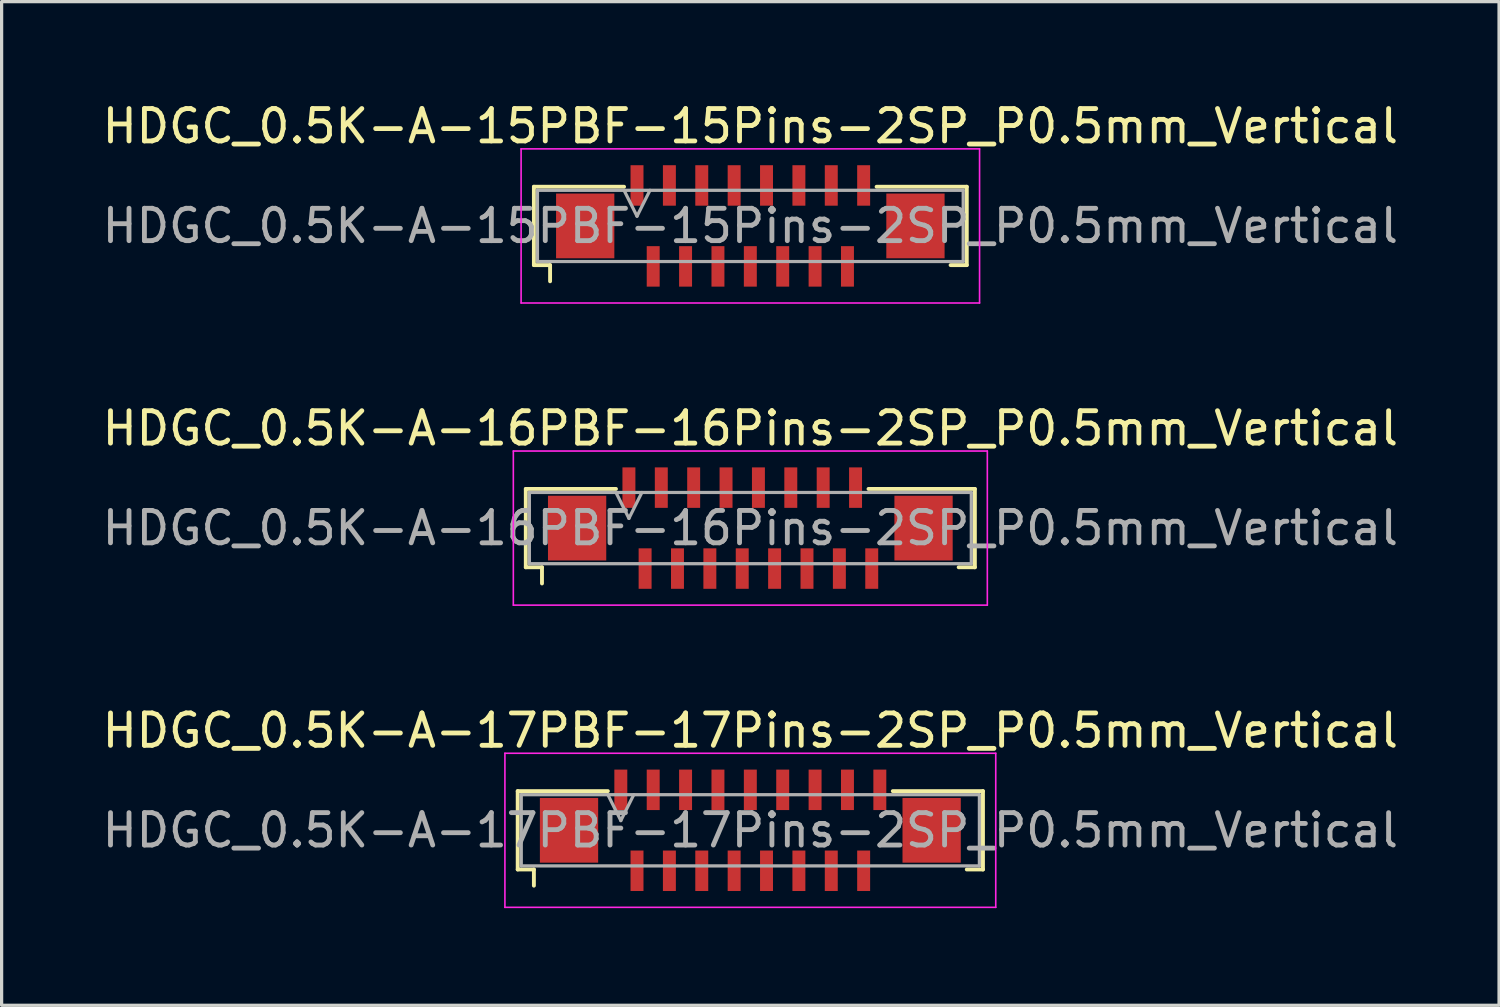
<source format=kicad_pcb>
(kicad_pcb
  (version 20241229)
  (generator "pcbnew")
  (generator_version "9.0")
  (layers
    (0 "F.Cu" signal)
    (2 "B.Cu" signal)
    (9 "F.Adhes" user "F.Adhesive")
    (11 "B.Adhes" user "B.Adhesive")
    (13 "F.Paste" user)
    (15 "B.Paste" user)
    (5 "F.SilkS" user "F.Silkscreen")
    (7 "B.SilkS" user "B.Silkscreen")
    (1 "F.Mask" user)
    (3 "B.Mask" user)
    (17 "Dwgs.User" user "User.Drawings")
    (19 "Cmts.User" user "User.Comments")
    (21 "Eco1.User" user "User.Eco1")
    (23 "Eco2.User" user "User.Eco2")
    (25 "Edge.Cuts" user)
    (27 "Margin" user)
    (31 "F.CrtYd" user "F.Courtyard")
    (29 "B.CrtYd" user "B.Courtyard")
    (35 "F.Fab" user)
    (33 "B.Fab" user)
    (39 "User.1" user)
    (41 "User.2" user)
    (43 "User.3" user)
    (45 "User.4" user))
  (footprint "HDGC_0.5K-A-17PBF-17Pins-2SP_P0.5mm_Vertical"
    (layer "F.Cu")
    (at 20.125 22.595)
    (property "Reference" "HDGC_0.5K-A-17PBF-17Pins-2SP_P0.5mm_Vertical" (at 0 -3.08 0) (layer "F.SilkS") (effects (font (size 1 1) (thickness 0.15))))
    (attr smd)
    (fp_line (start -7.185 -1.21) (end -4.4 -1.21) (stroke (width 0.12) (type solid)) (layer "F.SilkS"))
    (fp_line (start -7.185 1.21) (end -7.185 -1.21) (stroke (width 0.12) (type solid)) (layer "F.SilkS"))
    (fp_line (start -6.685 1.21) (end -7.185 1.21) (stroke (width 0.12) (type solid)) (layer "F.SilkS"))
    (fp_line (start -6.685 1.71) (end -6.685 1.21) (stroke (width 0.12) (type solid)) (layer "F.SilkS"))
    (fp_line (start 6.685 1.21) (end 7.185 1.21) (stroke (width 0.12) (type solid)) (layer "F.SilkS"))
    (fp_line (start 7.185 -1.21) (end 4.4 -1.21) (stroke (width 0.12) (type solid)) (layer "F.SilkS"))
    (fp_line (start 7.185 1.21) (end 7.185 -1.21) (stroke (width 0.12) (type solid)) (layer "F.SilkS"))
    (fp_line (start -7.58 -2.38) (end 7.58 -2.38) (stroke (width 0.05) (type solid)) (layer "F.CrtYd"))
    (fp_line (start -7.58 2.38) (end -7.58 -2.38) (stroke (width 0.05) (type solid)) (layer "F.CrtYd"))
    (fp_line (start 7.58 -2.38) (end 7.58 2.38) (stroke (width 0.05) (type solid)) (layer "F.CrtYd"))
    (fp_line (start 7.58 2.38) (end -7.58 2.38) (stroke (width 0.05) (type solid)) (layer "F.CrtYd"))
    (fp_line (start -7.075 -1.1) (end -7.075 1.1) (stroke (width 0.1) (type solid)) (layer "F.Fab"))
    (fp_line (start -7.075 1.1) (end 7.075 1.1) (stroke (width 0.1) (type solid)) (layer "F.Fab"))
    (fp_line (start -4.4 -1.1) (end -4 -0.3) (stroke (width 0.1) (type solid)) (layer "F.Fab"))
    (fp_line (start -4 -0.3) (end -3.6 -1.1) (stroke (width 0.1) (type solid)) (layer "F.Fab"))
    (fp_line (start 7.075 -1.1) (end -7.075 -1.1) (stroke (width 0.1) (type solid)) (layer "F.Fab"))
    (fp_line (start 7.075 1.1) (end 7.075 -1.1) (stroke (width 0.1) (type solid)) (layer "F.Fab"))
    (fp_text user "${REFERENCE}" (at 0 0 0) (layer "F.Fab") (effects (font (size 1 1) (thickness 0.15))))
    (pad "1" smd rect (at -4 -1.25) (size 0.4 1.25) (layers "F.Cu" "F.Mask" "F.Paste"))
    (pad "2" smd rect (at -3.5 1.25) (size 0.4 1.25) (layers "F.Cu" "F.Mask" "F.Paste"))
    (pad "3" smd rect (at -3 -1.25) (size 0.4 1.25) (layers "F.Cu" "F.Mask" "F.Paste"))
    (pad "4" smd rect (at -2.5 1.25) (size 0.4 1.25) (layers "F.Cu" "F.Mask" "F.Paste"))
    (pad "5" smd rect (at -2 -1.25) (size 0.4 1.25) (layers "F.Cu" "F.Mask" "F.Paste"))
    (pad "6" smd rect (at -1.5 1.25) (size 0.4 1.25) (layers "F.Cu" "F.Mask" "F.Paste"))
    (pad "7" smd rect (at -1 -1.25) (size 0.4 1.25) (layers "F.Cu" "F.Mask" "F.Paste"))
    (pad "8" smd rect (at -0.5 1.25) (size 0.4 1.25) (layers "F.Cu" "F.Mask" "F.Paste"))
    (pad "9" smd rect (at 0 -1.25) (size 0.4 1.25) (layers "F.Cu" "F.Mask" "F.Paste"))
    (pad "10" smd rect (at 0.5 1.25) (size 0.4 1.25) (layers "F.Cu" "F.Mask" "F.Paste"))
    (pad "11" smd rect (at 1 -1.25) (size 0.4 1.25) (layers "F.Cu" "F.Mask" "F.Paste"))
    (pad "12" smd rect (at 1.5 1.25) (size 0.4 1.25) (layers "F.Cu" "F.Mask" "F.Paste"))
    (pad "13" smd rect (at 2 -1.25) (size 0.4 1.25) (layers "F.Cu" "F.Mask" "F.Paste"))
    (pad "14" smd rect (at 2.5 1.25) (size 0.4 1.25) (layers "F.Cu" "F.Mask" "F.Paste"))
    (pad "15" smd rect (at 3 -1.25) (size 0.4 1.25) (layers "F.Cu" "F.Mask" "F.Paste"))
    (pad "16" smd rect (at 3.5 1.25) (size 0.4 1.25) (layers "F.Cu" "F.Mask" "F.Paste"))
    (pad "17" smd rect (at 4 -1.25) (size 0.4 1.25) (layers "F.Cu" "F.Mask" "F.Paste"))
    (pad "MP" smd rect (at -5.6 0) (size 1.8 2) (layers "F.Cu" "F.Mask" "F.Paste"))
    (pad "MP" smd rect (at 5.6 0) (size 1.8 2) (layers "F.Cu" "F.Mask" "F.Paste")))
  (footprint "HDGC_0.5K-A-15PBF-15Pins-2SP_P0.5mm_Vertical"
    (layer "F.Cu")
    (at 20.125 3.928)
    (property "Reference" "HDGC_0.5K-A-15PBF-15Pins-2SP_P0.5mm_Vertical" (at 0 -3.08 0) (layer "F.SilkS") (effects (font (size 1 1) (thickness 0.15))))
    (attr smd)
    (fp_line (start -6.685 -1.21) (end -3.9 -1.21) (stroke (width 0.12) (type solid)) (layer "F.SilkS"))
    (fp_line (start -6.685 1.21) (end -6.685 -1.21) (stroke (width 0.12) (type solid)) (layer "F.SilkS"))
    (fp_line (start -6.185 1.21) (end -6.685 1.21) (stroke (width 0.12) (type solid)) (layer "F.SilkS"))
    (fp_line (start -6.185 1.71) (end -6.185 1.21) (stroke (width 0.12) (type solid)) (layer "F.SilkS"))
    (fp_line (start 6.185 1.21) (end 6.685 1.21) (stroke (width 0.12) (type solid)) (layer "F.SilkS"))
    (fp_line (start 6.685 -1.21) (end 3.9 -1.21) (stroke (width 0.12) (type solid)) (layer "F.SilkS"))
    (fp_line (start 6.685 1.21) (end 6.685 -1.21) (stroke (width 0.12) (type solid)) (layer "F.SilkS"))
    (fp_line (start -7.08 -2.38) (end 7.08 -2.38) (stroke (width 0.05) (type solid)) (layer "F.CrtYd"))
    (fp_line (start -7.08 2.38) (end -7.08 -2.38) (stroke (width 0.05) (type solid)) (layer "F.CrtYd"))
    (fp_line (start 7.08 -2.38) (end 7.08 2.38) (stroke (width 0.05) (type solid)) (layer "F.CrtYd"))
    (fp_line (start 7.08 2.38) (end -7.08 2.38) (stroke (width 0.05) (type solid)) (layer "F.CrtYd"))
    (fp_line (start -6.575 -1.1) (end -6.575 1.1) (stroke (width 0.1) (type solid)) (layer "F.Fab"))
    (fp_line (start -6.575 1.1) (end 6.575 1.1) (stroke (width 0.1) (type solid)) (layer "F.Fab"))
    (fp_line (start -3.9 -1.1) (end -3.5 -0.3) (stroke (width 0.1) (type solid)) (layer "F.Fab"))
    (fp_line (start -3.5 -0.3) (end -3.1 -1.1) (stroke (width 0.1) (type solid)) (layer "F.Fab"))
    (fp_line (start 6.575 -1.1) (end -6.575 -1.1) (stroke (width 0.1) (type solid)) (layer "F.Fab"))
    (fp_line (start 6.575 1.1) (end 6.575 -1.1) (stroke (width 0.1) (type solid)) (layer "F.Fab"))
    (fp_text user "${REFERENCE}" (at 0 0 0) (layer "F.Fab") (effects (font (size 1 1) (thickness 0.15))))
    (pad "1" smd rect (at -3.5 -1.25) (size 0.4 1.25) (layers "F.Cu" "F.Mask" "F.Paste"))
    (pad "2" smd rect (at -3 1.25) (size 0.4 1.25) (layers "F.Cu" "F.Mask" "F.Paste"))
    (pad "3" smd rect (at -2.5 -1.25) (size 0.4 1.25) (layers "F.Cu" "F.Mask" "F.Paste"))
    (pad "4" smd rect (at -2 1.25) (size 0.4 1.25) (layers "F.Cu" "F.Mask" "F.Paste"))
    (pad "5" smd rect (at -1.5 -1.25) (size 0.4 1.25) (layers "F.Cu" "F.Mask" "F.Paste"))
    (pad "6" smd rect (at -1 1.25) (size 0.4 1.25) (layers "F.Cu" "F.Mask" "F.Paste"))
    (pad "7" smd rect (at -0.5 -1.25) (size 0.4 1.25) (layers "F.Cu" "F.Mask" "F.Paste"))
    (pad "8" smd rect (at 0 1.25) (size 0.4 1.25) (layers "F.Cu" "F.Mask" "F.Paste"))
    (pad "9" smd rect (at 0.5 -1.25) (size 0.4 1.25) (layers "F.Cu" "F.Mask" "F.Paste"))
    (pad "10" smd rect (at 1 1.25) (size 0.4 1.25) (layers "F.Cu" "F.Mask" "F.Paste"))
    (pad "11" smd rect (at 1.5 -1.25) (size 0.4 1.25) (layers "F.Cu" "F.Mask" "F.Paste"))
    (pad "12" smd rect (at 2 1.25) (size 0.4 1.25) (layers "F.Cu" "F.Mask" "F.Paste"))
    (pad "13" smd rect (at 2.5 -1.25) (size 0.4 1.25) (layers "F.Cu" "F.Mask" "F.Paste"))
    (pad "14" smd rect (at 3 1.25) (size 0.4 1.25) (layers "F.Cu" "F.Mask" "F.Paste"))
    (pad "15" smd rect (at 3.5 -1.25) (size 0.4 1.25) (layers "F.Cu" "F.Mask" "F.Paste"))
    (pad "MP" smd rect (at -5.1 0) (size 1.8 2) (layers "F.Cu" "F.Mask" "F.Paste"))
    (pad "MP" smd rect (at 5.1 0) (size 1.8 2) (layers "F.Cu" "F.Mask" "F.Paste")))
  (footprint "HDGC_0.5K-A-16PBF-16Pins-2SP_P0.5mm_Vertical"
    (layer "F.Cu")
    (at 20.125 13.261)
    (property "Reference" "HDGC_0.5K-A-16PBF-16Pins-2SP_P0.5mm_Vertical" (at 0 -3.08 0) (layer "F.SilkS") (effects (font (size 1 1) (thickness 0.15))))
    (attr smd)
    (fp_line (start -6.935 -1.21) (end -4.15 -1.21) (stroke (width 0.12) (type solid)) (layer "F.SilkS"))
    (fp_line (start -6.935 1.21) (end -6.935 -1.21) (stroke (width 0.12) (type solid)) (layer "F.SilkS"))
    (fp_line (start -6.435 1.21) (end -6.935 1.21) (stroke (width 0.12) (type solid)) (layer "F.SilkS"))
    (fp_line (start -6.435 1.71) (end -6.435 1.21) (stroke (width 0.12) (type solid)) (layer "F.SilkS"))
    (fp_line (start 6.435 1.21) (end 6.935 1.21) (stroke (width 0.12) (type solid)) (layer "F.SilkS"))
    (fp_line (start 6.935 -1.21) (end 3.65 -1.21) (stroke (width 0.12) (type solid)) (layer "F.SilkS"))
    (fp_line (start 6.935 1.21) (end 6.935 -1.21) (stroke (width 0.12) (type solid)) (layer "F.SilkS"))
    (fp_line (start -7.32 -2.38) (end 7.32 -2.38) (stroke (width 0.05) (type solid)) (layer "F.CrtYd"))
    (fp_line (start -7.32 2.38) (end -7.32 -2.38) (stroke (width 0.05) (type solid)) (layer "F.CrtYd"))
    (fp_line (start 7.32 -2.38) (end 7.32 2.38) (stroke (width 0.05) (type solid)) (layer "F.CrtYd"))
    (fp_line (start 7.32 2.38) (end -7.32 2.38) (stroke (width 0.05) (type solid)) (layer "F.CrtYd"))
    (fp_line (start -6.825 -1.1) (end -6.825 1.1) (stroke (width 0.1) (type solid)) (layer "F.Fab"))
    (fp_line (start -6.825 1.1) (end 6.825 1.1) (stroke (width 0.1) (type solid)) (layer "F.Fab"))
    (fp_line (start -4.15 -1.1) (end -3.75 -0.3) (stroke (width 0.1) (type solid)) (layer "F.Fab"))
    (fp_line (start -3.75 -0.3) (end -3.35 -1.1) (stroke (width 0.1) (type solid)) (layer "F.Fab"))
    (fp_line (start 6.825 -1.1) (end -6.825 -1.1) (stroke (width 0.1) (type solid)) (layer "F.Fab"))
    (fp_line (start 6.825 1.1) (end 6.825 -1.1) (stroke (width 0.1) (type solid)) (layer "F.Fab"))
    (fp_text user "${REFERENCE}" (at 0 0 0) (layer "F.Fab") (effects (font (size 1 1) (thickness 0.15))))
    (pad "1" smd rect (at -3.75 -1.25) (size 0.4 1.25) (layers "F.Cu" "F.Mask" "F.Paste"))
    (pad "2" smd rect (at -3.25 1.25) (size 0.4 1.25) (layers "F.Cu" "F.Mask" "F.Paste"))
    (pad "3" smd rect (at -2.75 -1.25) (size 0.4 1.25) (layers "F.Cu" "F.Mask" "F.Paste"))
    (pad "4" smd rect (at -2.25 1.25) (size 0.4 1.25) (layers "F.Cu" "F.Mask" "F.Paste"))
    (pad "5" smd rect (at -1.75 -1.25) (size 0.4 1.25) (layers "F.Cu" "F.Mask" "F.Paste"))
    (pad "6" smd rect (at -1.25 1.25) (size 0.4 1.25) (layers "F.Cu" "F.Mask" "F.Paste"))
    (pad "7" smd rect (at -0.75 -1.25) (size 0.4 1.25) (layers "F.Cu" "F.Mask" "F.Paste"))
    (pad "8" smd rect (at -0.25 1.25) (size 0.4 1.25) (layers "F.Cu" "F.Mask" "F.Paste"))
    (pad "9" smd rect (at 0.25 -1.25) (size 0.4 1.25) (layers "F.Cu" "F.Mask" "F.Paste"))
    (pad "10" smd rect (at 0.75 1.25) (size 0.4 1.25) (layers "F.Cu" "F.Mask" "F.Paste"))
    (pad "11" smd rect (at 1.25 -1.25) (size 0.4 1.25) (layers "F.Cu" "F.Mask" "F.Paste"))
    (pad "12" smd rect (at 1.75 1.25) (size 0.4 1.25) (layers "F.Cu" "F.Mask" "F.Paste"))
    (pad "13" smd rect (at 2.25 -1.25) (size 0.4 1.25) (layers "F.Cu" "F.Mask" "F.Paste"))
    (pad "14" smd rect (at 2.75 1.25) (size 0.4 1.25) (layers "F.Cu" "F.Mask" "F.Paste"))
    (pad "15" smd rect (at 3.25 -1.25) (size 0.4 1.25) (layers "F.Cu" "F.Mask" "F.Paste"))
    (pad "16" smd rect (at 3.75 1.25) (size 0.4 1.25) (layers "F.Cu" "F.Mask" "F.Paste"))
    (pad "MP" smd rect (at -5.35 0) (size 1.8 2) (layers "F.Cu" "F.Mask" "F.Paste"))
    (pad "MP" smd rect (at 5.35 0) (size 1.8 2) (layers "F.Cu" "F.Mask" "F.Paste")))
  (gr_rect
    (start -3 -3)
    (end 43.25 28)
    (stroke (width 0.1) (type default))
    (fill no)
    (layer "Edge.Cuts")))
</source>
